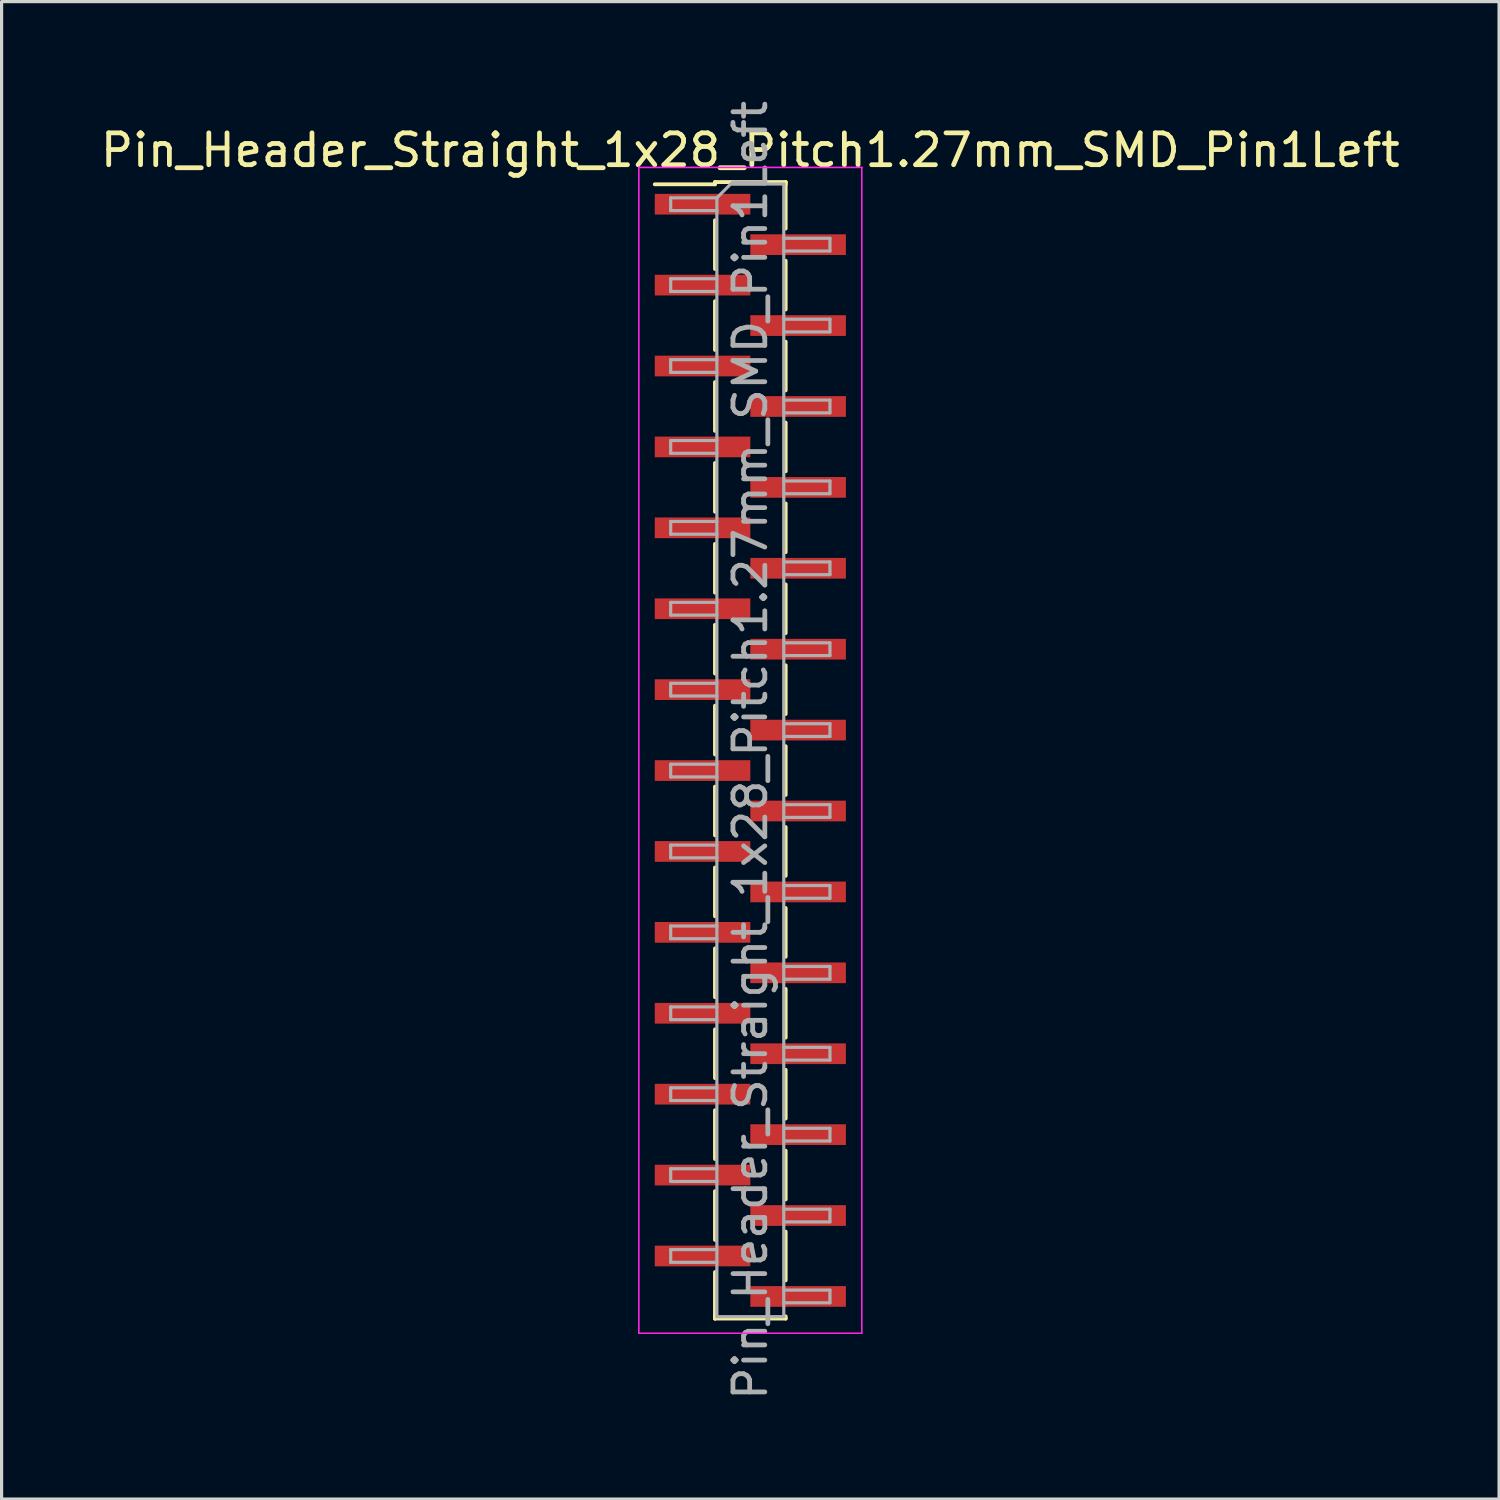
<source format=kicad_pcb>
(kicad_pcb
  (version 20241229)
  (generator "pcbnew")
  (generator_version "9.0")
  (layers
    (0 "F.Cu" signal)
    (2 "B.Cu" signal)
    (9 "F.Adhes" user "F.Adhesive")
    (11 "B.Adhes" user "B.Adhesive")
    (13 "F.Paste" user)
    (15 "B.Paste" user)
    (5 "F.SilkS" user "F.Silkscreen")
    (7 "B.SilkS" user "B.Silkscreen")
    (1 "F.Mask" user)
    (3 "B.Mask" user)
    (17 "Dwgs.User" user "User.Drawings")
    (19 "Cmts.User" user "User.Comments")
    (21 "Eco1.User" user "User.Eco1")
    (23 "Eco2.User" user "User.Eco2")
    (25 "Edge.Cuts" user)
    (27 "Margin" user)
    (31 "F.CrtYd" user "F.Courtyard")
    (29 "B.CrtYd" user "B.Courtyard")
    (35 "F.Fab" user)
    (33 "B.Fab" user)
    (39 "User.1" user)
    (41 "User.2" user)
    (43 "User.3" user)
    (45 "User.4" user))
  (footprint "Pin_Header_Straight_1x28_Pitch1.27mm_SMD_Pin1Left"
    (layer "F.Cu")
    (at 20.506 20.506)
    (property "Reference" "Pin_Header_Straight_1x28_Pitch1.27mm_SMD_Pin1Left" (at 0 -18.84 0) (layer "F.SilkS") (effects (font (size 1 1) (thickness 0.15))))
    (attr smd)
    (fp_line (start -1.11 -17.84) (end 1.11 -17.84) (stroke (width 0.12) (type solid)) (layer "F.SilkS"))
    (fp_line (start -1.11 -17.77) (end -3 -17.77) (stroke (width 0.12) (type solid)) (layer "F.SilkS"))
    (fp_line (start -1.11 -17.77) (end -1.11 -17.84) (stroke (width 0.12) (type solid)) (layer "F.SilkS"))
    (fp_line (start -1.11 -16.64) (end -1.11 -15.11) (stroke (width 0.12) (type solid)) (layer "F.SilkS"))
    (fp_line (start -1.11 -14.1) (end -1.11 -12.57) (stroke (width 0.12) (type solid)) (layer "F.SilkS"))
    (fp_line (start -1.11 -11.56) (end -1.11 -10.03) (stroke (width 0.12) (type solid)) (layer "F.SilkS"))
    (fp_line (start -1.11 -9.02) (end -1.11 -7.49) (stroke (width 0.12) (type solid)) (layer "F.SilkS"))
    (fp_line (start -1.11 -6.48) (end -1.11 -4.95) (stroke (width 0.12) (type solid)) (layer "F.SilkS"))
    (fp_line (start -1.11 -3.94) (end -1.11 -2.41) (stroke (width 0.12) (type solid)) (layer "F.SilkS"))
    (fp_line (start -1.11 -1.4) (end -1.11 0.13) (stroke (width 0.12) (type solid)) (layer "F.SilkS"))
    (fp_line (start -1.11 1.14) (end -1.11 2.67) (stroke (width 0.12) (type solid)) (layer "F.SilkS"))
    (fp_line (start -1.11 3.68) (end -1.11 5.21) (stroke (width 0.12) (type solid)) (layer "F.SilkS"))
    (fp_line (start -1.11 6.22) (end -1.11 7.75) (stroke (width 0.12) (type solid)) (layer "F.SilkS"))
    (fp_line (start -1.11 8.76) (end -1.11 10.29) (stroke (width 0.12) (type solid)) (layer "F.SilkS"))
    (fp_line (start -1.11 11.3) (end -1.11 12.83) (stroke (width 0.12) (type solid)) (layer "F.SilkS"))
    (fp_line (start -1.11 13.84) (end -1.11 15.37) (stroke (width 0.12) (type solid)) (layer "F.SilkS"))
    (fp_line (start -1.11 16.38) (end -1.11 17.84) (stroke (width 0.12) (type solid)) (layer "F.SilkS"))
    (fp_line (start -1.11 17.77) (end -1.11 17.84) (stroke (width 0.12) (type solid)) (layer "F.SilkS"))
    (fp_line (start -1.11 17.84) (end 1.11 17.84) (stroke (width 0.12) (type solid)) (layer "F.SilkS"))
    (fp_line (start 1.11 -17.84) (end 1.11 -17.77) (stroke (width 0.12) (type solid)) (layer "F.SilkS"))
    (fp_line (start 1.11 -17.84) (end 1.11 -16.38) (stroke (width 0.12) (type solid)) (layer "F.SilkS"))
    (fp_line (start 1.11 -15.37) (end 1.11 -13.84) (stroke (width 0.12) (type solid)) (layer "F.SilkS"))
    (fp_line (start 1.11 -12.83) (end 1.11 -11.3) (stroke (width 0.12) (type solid)) (layer "F.SilkS"))
    (fp_line (start 1.11 -10.29) (end 1.11 -8.76) (stroke (width 0.12) (type solid)) (layer "F.SilkS"))
    (fp_line (start 1.11 -7.75) (end 1.11 -6.22) (stroke (width 0.12) (type solid)) (layer "F.SilkS"))
    (fp_line (start 1.11 -5.21) (end 1.11 -3.68) (stroke (width 0.12) (type solid)) (layer "F.SilkS"))
    (fp_line (start 1.11 -2.67) (end 1.11 -1.14) (stroke (width 0.12) (type solid)) (layer "F.SilkS"))
    (fp_line (start 1.11 -0.13) (end 1.11 1.4) (stroke (width 0.12) (type solid)) (layer "F.SilkS"))
    (fp_line (start 1.11 2.41) (end 1.11 3.94) (stroke (width 0.12) (type solid)) (layer "F.SilkS"))
    (fp_line (start 1.11 4.95) (end 1.11 6.48) (stroke (width 0.12) (type solid)) (layer "F.SilkS"))
    (fp_line (start 1.11 7.49) (end 1.11 9.02) (stroke (width 0.12) (type solid)) (layer "F.SilkS"))
    (fp_line (start 1.11 10.03) (end 1.11 11.56) (stroke (width 0.12) (type solid)) (layer "F.SilkS"))
    (fp_line (start 1.11 12.57) (end 1.11 14.1) (stroke (width 0.12) (type solid)) (layer "F.SilkS"))
    (fp_line (start 1.11 15.11) (end 1.11 16.64) (stroke (width 0.12) (type solid)) (layer "F.SilkS"))
    (fp_line (start 1.11 17.84) (end 1.11 17.77) (stroke (width 0.12) (type solid)) (layer "F.SilkS"))
    (fp_line (start -3.5 -18.3) (end -3.5 18.3) (stroke (width 0.05) (type solid)) (layer "F.CrtYd"))
    (fp_line (start -3.5 18.3) (end 3.5 18.3) (stroke (width 0.05) (type solid)) (layer "F.CrtYd"))
    (fp_line (start 3.5 -18.3) (end -3.5 -18.3) (stroke (width 0.05) (type solid)) (layer "F.CrtYd"))
    (fp_line (start 3.5 18.3) (end 3.5 -18.3) (stroke (width 0.05) (type solid)) (layer "F.CrtYd"))
    (fp_line (start -2.5 -17.345) (end -2.5 -16.945) (stroke (width 0.1) (type solid)) (layer "F.Fab"))
    (fp_line (start -2.5 -16.945) (end -1.05 -16.945) (stroke (width 0.1) (type solid)) (layer "F.Fab"))
    (fp_line (start -2.5 -14.805) (end -2.5 -14.405) (stroke (width 0.1) (type solid)) (layer "F.Fab"))
    (fp_line (start -2.5 -14.405) (end -1.05 -14.405) (stroke (width 0.1) (type solid)) (layer "F.Fab"))
    (fp_line (start -2.5 -12.265) (end -2.5 -11.865) (stroke (width 0.1) (type solid)) (layer "F.Fab"))
    (fp_line (start -2.5 -11.865) (end -1.05 -11.865) (stroke (width 0.1) (type solid)) (layer "F.Fab"))
    (fp_line (start -2.5 -9.725) (end -2.5 -9.325) (stroke (width 0.1) (type solid)) (layer "F.Fab"))
    (fp_line (start -2.5 -9.325) (end -1.05 -9.325) (stroke (width 0.1) (type solid)) (layer "F.Fab"))
    (fp_line (start -2.5 -7.185) (end -2.5 -6.785) (stroke (width 0.1) (type solid)) (layer "F.Fab"))
    (fp_line (start -2.5 -6.785) (end -1.05 -6.785) (stroke (width 0.1) (type solid)) (layer "F.Fab"))
    (fp_line (start -2.5 -4.645) (end -2.5 -4.245) (stroke (width 0.1) (type solid)) (layer "F.Fab"))
    (fp_line (start -2.5 -4.245) (end -1.05 -4.245) (stroke (width 0.1) (type solid)) (layer "F.Fab"))
    (fp_line (start -2.5 -2.105) (end -2.5 -1.705) (stroke (width 0.1) (type solid)) (layer "F.Fab"))
    (fp_line (start -2.5 -1.705) (end -1.05 -1.705) (stroke (width 0.1) (type solid)) (layer "F.Fab"))
    (fp_line (start -2.5 0.435) (end -2.5 0.835) (stroke (width 0.1) (type solid)) (layer "F.Fab"))
    (fp_line (start -2.5 0.835) (end -1.05 0.835) (stroke (width 0.1) (type solid)) (layer "F.Fab"))
    (fp_line (start -2.5 2.975) (end -2.5 3.375) (stroke (width 0.1) (type solid)) (layer "F.Fab"))
    (fp_line (start -2.5 3.375) (end -1.05 3.375) (stroke (width 0.1) (type solid)) (layer "F.Fab"))
    (fp_line (start -2.5 5.515) (end -2.5 5.915) (stroke (width 0.1) (type solid)) (layer "F.Fab"))
    (fp_line (start -2.5 5.915) (end -1.05 5.915) (stroke (width 0.1) (type solid)) (layer "F.Fab"))
    (fp_line (start -2.5 8.055) (end -2.5 8.455) (stroke (width 0.1) (type solid)) (layer "F.Fab"))
    (fp_line (start -2.5 8.455) (end -1.05 8.455) (stroke (width 0.1) (type solid)) (layer "F.Fab"))
    (fp_line (start -2.5 10.595) (end -2.5 10.995) (stroke (width 0.1) (type solid)) (layer "F.Fab"))
    (fp_line (start -2.5 10.995) (end -1.05 10.995) (stroke (width 0.1) (type solid)) (layer "F.Fab"))
    (fp_line (start -2.5 13.135) (end -2.5 13.535) (stroke (width 0.1) (type solid)) (layer "F.Fab"))
    (fp_line (start -2.5 13.535) (end -1.05 13.535) (stroke (width 0.1) (type solid)) (layer "F.Fab"))
    (fp_line (start -2.5 15.675) (end -2.5 16.075) (stroke (width 0.1) (type solid)) (layer "F.Fab"))
    (fp_line (start -2.5 16.075) (end -1.05 16.075) (stroke (width 0.1) (type solid)) (layer "F.Fab"))
    (fp_line (start -1.05 -17.345) (end -2.5 -17.345) (stroke (width 0.1) (type solid)) (layer "F.Fab"))
    (fp_line (start -1.05 -17.345) (end -0.615 -17.78) (stroke (width 0.1) (type solid)) (layer "F.Fab"))
    (fp_line (start -1.05 -14.805) (end -2.5 -14.805) (stroke (width 0.1) (type solid)) (layer "F.Fab"))
    (fp_line (start -1.05 -12.265) (end -2.5 -12.265) (stroke (width 0.1) (type solid)) (layer "F.Fab"))
    (fp_line (start -1.05 -9.725) (end -2.5 -9.725) (stroke (width 0.1) (type solid)) (layer "F.Fab"))
    (fp_line (start -1.05 -7.185) (end -2.5 -7.185) (stroke (width 0.1) (type solid)) (layer "F.Fab"))
    (fp_line (start -1.05 -4.645) (end -2.5 -4.645) (stroke (width 0.1) (type solid)) (layer "F.Fab"))
    (fp_line (start -1.05 -2.105) (end -2.5 -2.105) (stroke (width 0.1) (type solid)) (layer "F.Fab"))
    (fp_line (start -1.05 0.435) (end -2.5 0.435) (stroke (width 0.1) (type solid)) (layer "F.Fab"))
    (fp_line (start -1.05 2.975) (end -2.5 2.975) (stroke (width 0.1) (type solid)) (layer "F.Fab"))
    (fp_line (start -1.05 5.515) (end -2.5 5.515) (stroke (width 0.1) (type solid)) (layer "F.Fab"))
    (fp_line (start -1.05 8.055) (end -2.5 8.055) (stroke (width 0.1) (type solid)) (layer "F.Fab"))
    (fp_line (start -1.05 10.595) (end -2.5 10.595) (stroke (width 0.1) (type solid)) (layer "F.Fab"))
    (fp_line (start -1.05 13.135) (end -2.5 13.135) (stroke (width 0.1) (type solid)) (layer "F.Fab"))
    (fp_line (start -1.05 15.675) (end -2.5 15.675) (stroke (width 0.1) (type solid)) (layer "F.Fab"))
    (fp_line (start -1.05 17.78) (end -1.05 -17.345) (stroke (width 0.1) (type solid)) (layer "F.Fab"))
    (fp_line (start -0.615 -17.78) (end 1.05 -17.78) (stroke (width 0.1) (type solid)) (layer "F.Fab"))
    (fp_line (start 1.05 -17.78) (end 1.05 17.78) (stroke (width 0.1) (type solid)) (layer "F.Fab"))
    (fp_line (start 1.05 -16.075) (end 2.5 -16.075) (stroke (width 0.1) (type solid)) (layer "F.Fab"))
    (fp_line (start 1.05 -13.535) (end 2.5 -13.535) (stroke (width 0.1) (type solid)) (layer "F.Fab"))
    (fp_line (start 1.05 -10.995) (end 2.5 -10.995) (stroke (width 0.1) (type solid)) (layer "F.Fab"))
    (fp_line (start 1.05 -8.455) (end 2.5 -8.455) (stroke (width 0.1) (type solid)) (layer "F.Fab"))
    (fp_line (start 1.05 -5.915) (end 2.5 -5.915) (stroke (width 0.1) (type solid)) (layer "F.Fab"))
    (fp_line (start 1.05 -3.375) (end 2.5 -3.375) (stroke (width 0.1) (type solid)) (layer "F.Fab"))
    (fp_line (start 1.05 -0.835) (end 2.5 -0.835) (stroke (width 0.1) (type solid)) (layer "F.Fab"))
    (fp_line (start 1.05 1.705) (end 2.5 1.705) (stroke (width 0.1) (type solid)) (layer "F.Fab"))
    (fp_line (start 1.05 4.245) (end 2.5 4.245) (stroke (width 0.1) (type solid)) (layer "F.Fab"))
    (fp_line (start 1.05 6.785) (end 2.5 6.785) (stroke (width 0.1) (type solid)) (layer "F.Fab"))
    (fp_line (start 1.05 9.325) (end 2.5 9.325) (stroke (width 0.1) (type solid)) (layer "F.Fab"))
    (fp_line (start 1.05 11.865) (end 2.5 11.865) (stroke (width 0.1) (type solid)) (layer "F.Fab"))
    (fp_line (start 1.05 14.405) (end 2.5 14.405) (stroke (width 0.1) (type solid)) (layer "F.Fab"))
    (fp_line (start 1.05 16.945) (end 2.5 16.945) (stroke (width 0.1) (type solid)) (layer "F.Fab"))
    (fp_line (start 1.05 17.78) (end -1.05 17.78) (stroke (width 0.1) (type solid)) (layer "F.Fab"))
    (fp_line (start 2.5 -16.075) (end 2.5 -15.675) (stroke (width 0.1) (type solid)) (layer "F.Fab"))
    (fp_line (start 2.5 -15.675) (end 1.05 -15.675) (stroke (width 0.1) (type solid)) (layer "F.Fab"))
    (fp_line (start 2.5 -13.535) (end 2.5 -13.135) (stroke (width 0.1) (type solid)) (layer "F.Fab"))
    (fp_line (start 2.5 -13.135) (end 1.05 -13.135) (stroke (width 0.1) (type solid)) (layer "F.Fab"))
    (fp_line (start 2.5 -10.995) (end 2.5 -10.595) (stroke (width 0.1) (type solid)) (layer "F.Fab"))
    (fp_line (start 2.5 -10.595) (end 1.05 -10.595) (stroke (width 0.1) (type solid)) (layer "F.Fab"))
    (fp_line (start 2.5 -8.455) (end 2.5 -8.055) (stroke (width 0.1) (type solid)) (layer "F.Fab"))
    (fp_line (start 2.5 -8.055) (end 1.05 -8.055) (stroke (width 0.1) (type solid)) (layer "F.Fab"))
    (fp_line (start 2.5 -5.915) (end 2.5 -5.515) (stroke (width 0.1) (type solid)) (layer "F.Fab"))
    (fp_line (start 2.5 -5.515) (end 1.05 -5.515) (stroke (width 0.1) (type solid)) (layer "F.Fab"))
    (fp_line (start 2.5 -3.375) (end 2.5 -2.975) (stroke (width 0.1) (type solid)) (layer "F.Fab"))
    (fp_line (start 2.5 -2.975) (end 1.05 -2.975) (stroke (width 0.1) (type solid)) (layer "F.Fab"))
    (fp_line (start 2.5 -0.835) (end 2.5 -0.435) (stroke (width 0.1) (type solid)) (layer "F.Fab"))
    (fp_line (start 2.5 -0.435) (end 1.05 -0.435) (stroke (width 0.1) (type solid)) (layer "F.Fab"))
    (fp_line (start 2.5 1.705) (end 2.5 2.105) (stroke (width 0.1) (type solid)) (layer "F.Fab"))
    (fp_line (start 2.5 2.105) (end 1.05 2.105) (stroke (width 0.1) (type solid)) (layer "F.Fab"))
    (fp_line (start 2.5 4.245) (end 2.5 4.645) (stroke (width 0.1) (type solid)) (layer "F.Fab"))
    (fp_line (start 2.5 4.645) (end 1.05 4.645) (stroke (width 0.1) (type solid)) (layer "F.Fab"))
    (fp_line (start 2.5 6.785) (end 2.5 7.185) (stroke (width 0.1) (type solid)) (layer "F.Fab"))
    (fp_line (start 2.5 7.185) (end 1.05 7.185) (stroke (width 0.1) (type solid)) (layer "F.Fab"))
    (fp_line (start 2.5 9.325) (end 2.5 9.725) (stroke (width 0.1) (type solid)) (layer "F.Fab"))
    (fp_line (start 2.5 9.725) (end 1.05 9.725) (stroke (width 0.1) (type solid)) (layer "F.Fab"))
    (fp_line (start 2.5 11.865) (end 2.5 12.265) (stroke (width 0.1) (type solid)) (layer "F.Fab"))
    (fp_line (start 2.5 12.265) (end 1.05 12.265) (stroke (width 0.1) (type solid)) (layer "F.Fab"))
    (fp_line (start 2.5 14.405) (end 2.5 14.805) (stroke (width 0.1) (type solid)) (layer "F.Fab"))
    (fp_line (start 2.5 14.805) (end 1.05 14.805) (stroke (width 0.1) (type solid)) (layer "F.Fab"))
    (fp_line (start 2.5 16.945) (end 2.5 17.345) (stroke (width 0.1) (type solid)) (layer "F.Fab"))
    (fp_line (start 2.5 17.345) (end 1.05 17.345) (stroke (width 0.1) (type solid)) (layer "F.Fab"))
    (fp_text user "${REFERENCE}" (at 0 0 90) (layer "F.Fab") (effects (font (size 1 1) (thickness 0.15))))
    (pad "1" smd rect (at -1.5 -17.145) (size 3 0.65) (layers "F.Cu" "F.Mask" "F.Paste"))
    (pad "2" smd rect (at 1.5 -15.875) (size 3 0.65) (layers "F.Cu" "F.Mask" "F.Paste"))
    (pad "3" smd rect (at -1.5 -14.605) (size 3 0.65) (layers "F.Cu" "F.Mask" "F.Paste"))
    (pad "4" smd rect (at 1.5 -13.335) (size 3 0.65) (layers "F.Cu" "F.Mask" "F.Paste"))
    (pad "5" smd rect (at -1.5 -12.065) (size 3 0.65) (layers "F.Cu" "F.Mask" "F.Paste"))
    (pad "6" smd rect (at 1.5 -10.795) (size 3 0.65) (layers "F.Cu" "F.Mask" "F.Paste"))
    (pad "7" smd rect (at -1.5 -9.525) (size 3 0.65) (layers "F.Cu" "F.Mask" "F.Paste"))
    (pad "8" smd rect (at 1.5 -8.255) (size 3 0.65) (layers "F.Cu" "F.Mask" "F.Paste"))
    (pad "9" smd rect (at -1.5 -6.985) (size 3 0.65) (layers "F.Cu" "F.Mask" "F.Paste"))
    (pad "10" smd rect (at 1.5 -5.715) (size 3 0.65) (layers "F.Cu" "F.Mask" "F.Paste"))
    (pad "11" smd rect (at -1.5 -4.445) (size 3 0.65) (layers "F.Cu" "F.Mask" "F.Paste"))
    (pad "12" smd rect (at 1.5 -3.175) (size 3 0.65) (layers "F.Cu" "F.Mask" "F.Paste"))
    (pad "13" smd rect (at -1.5 -1.905) (size 3 0.65) (layers "F.Cu" "F.Mask" "F.Paste"))
    (pad "14" smd rect (at 1.5 -0.635) (size 3 0.65) (layers "F.Cu" "F.Mask" "F.Paste"))
    (pad "15" smd rect (at -1.5 0.635) (size 3 0.65) (layers "F.Cu" "F.Mask" "F.Paste"))
    (pad "16" smd rect (at 1.5 1.905) (size 3 0.65) (layers "F.Cu" "F.Mask" "F.Paste"))
    (pad "17" smd rect (at -1.5 3.175) (size 3 0.65) (layers "F.Cu" "F.Mask" "F.Paste"))
    (pad "18" smd rect (at 1.5 4.445) (size 3 0.65) (layers "F.Cu" "F.Mask" "F.Paste"))
    (pad "19" smd rect (at -1.5 5.715) (size 3 0.65) (layers "F.Cu" "F.Mask" "F.Paste"))
    (pad "20" smd rect (at 1.5 6.985) (size 3 0.65) (layers "F.Cu" "F.Mask" "F.Paste"))
    (pad "21" smd rect (at -1.5 8.255) (size 3 0.65) (layers "F.Cu" "F.Mask" "F.Paste"))
    (pad "22" smd rect (at 1.5 9.525) (size 3 0.65) (layers "F.Cu" "F.Mask" "F.Paste"))
    (pad "23" smd rect (at -1.5 10.795) (size 3 0.65) (layers "F.Cu" "F.Mask" "F.Paste"))
    (pad "24" smd rect (at 1.5 12.065) (size 3 0.65) (layers "F.Cu" "F.Mask" "F.Paste"))
    (pad "25" smd rect (at -1.5 13.335) (size 3 0.65) (layers "F.Cu" "F.Mask" "F.Paste"))
    (pad "26" smd rect (at 1.5 14.605) (size 3 0.65) (layers "F.Cu" "F.Mask" "F.Paste"))
    (pad "27" smd rect (at -1.5 15.875) (size 3 0.65) (layers "F.Cu" "F.Mask" "F.Paste"))
    (pad "28" smd rect (at 1.5 17.145) (size 3 0.65) (layers "F.Cu" "F.Mask" "F.Paste")))
  (gr_rect
    (start -3 -3)
    (end 44.012 44.012)
    (stroke (width 0.1) (type default))
    (fill no)
    (layer "Edge.Cuts")))
</source>
